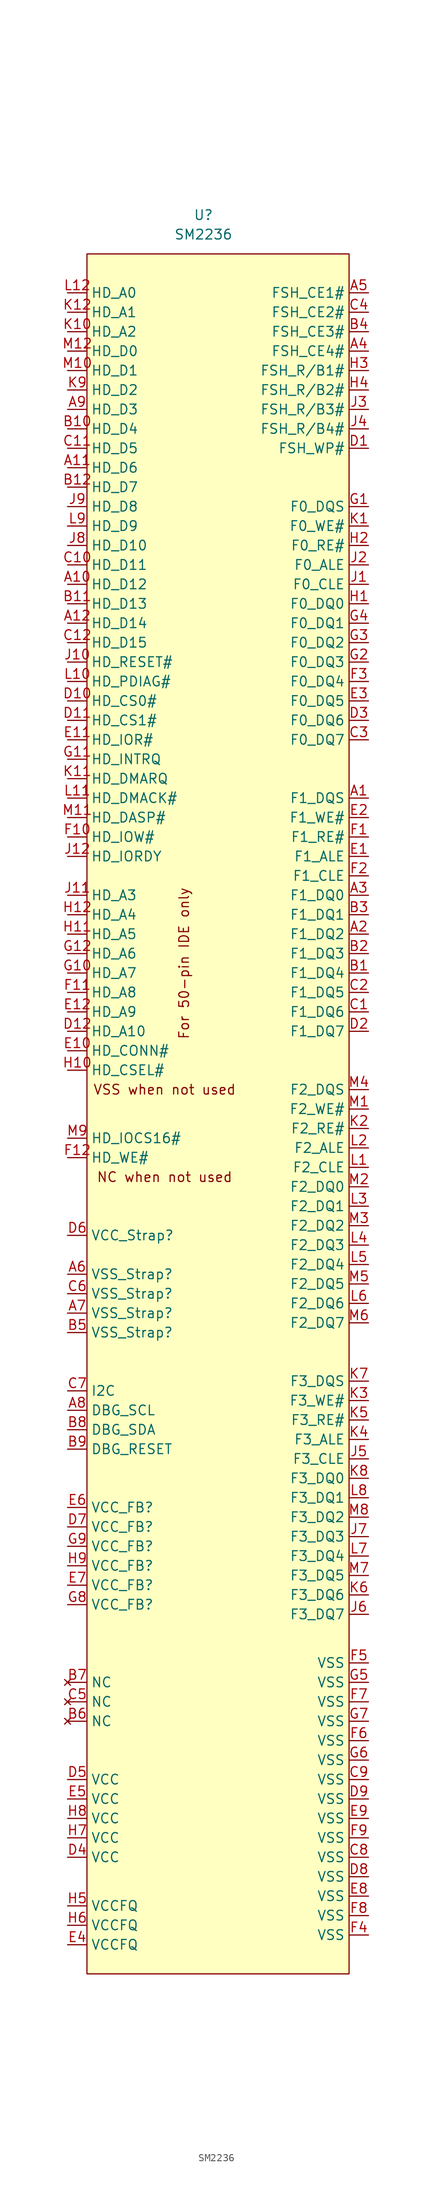
<source format=kicad_sym>
(kicad_symbol_lib
  (version 20211014)
  (generator kicad_symbol_editor)
  (symbol "SM2236"
    (property "Reference" "U"
      (at 0 0 0)
      (effects (font (size 1.27 1.27))))
    (property "Value" "SM2236"
      (at 0 -2.54 0)
      (effects (font (size 1.27 1.27))))
    (symbol "SM2236_1_0"
      (text "For 50-pin IDE only" (at -2.54 -97.79 900) (effects (font (size 1.27 1.27))))
      (text "NC when not used" (at -5.08 -125.73 0) (effects (font (size 1.27 1.27))))
      (text "VSS when not used" (at -5.08 -114.3 0) (effects (font (size 1.27 1.27))))
      (pin output line (at 21.59 -76.2 180) (length 2.54) (name "F1_DQS" (effects (font (size 1.27 1.27)))) (number "A1" (effects (font (size 1.27 1.27)))))
      (pin bidirectional line (at -17.78 -48.26 0) (length 2.54) (name "HD_D12" (effects (font (size 1.27 1.27)))) (number "A10" (effects (font (size 1.27 1.27)))))
      (pin bidirectional line (at -17.78 -33.02 0) (length 2.54) (name "HD_D6" (effects (font (size 1.27 1.27)))) (number "A11" (effects (font (size 1.27 1.27)))))
      (pin bidirectional line (at -17.78 -53.34 0) (length 2.54) (name "HD_D14" (effects (font (size 1.27 1.27)))) (number "A12" (effects (font (size 1.27 1.27)))))
      (pin bidirectional line (at 21.59 -93.98 180) (length 2.54) (name "F1_DQ2" (effects (font (size 1.27 1.27)))) (number "A2" (effects (font (size 1.27 1.27)))))
      (pin bidirectional line (at 21.59 -88.9 180) (length 2.54) (name "F1_DQ0" (effects (font (size 1.27 1.27)))) (number "A3" (effects (font (size 1.27 1.27)))))
      (pin output line (at 21.59 -17.78 180) (length 2.54) (name "FSH_CE4#" (effects (font (size 1.27 1.27)))) (number "A4" (effects (font (size 1.27 1.27)))))
      (pin output line (at 21.59 -10.16 180) (length 2.54) (name "FSH_CE1#" (effects (font (size 1.27 1.27)))) (number "A5" (effects (font (size 1.27 1.27)))))
      (pin input line (at -17.78 -138.43 0) (length 2.54) (name "VSS_Strap?" (effects (font (size 1.27 1.27)))) (number "A6" (effects (font (size 1.27 1.27)))))
      (pin input line (at -17.78 -143.51 0) (length 2.54) (name "VSS_Strap?" (effects (font (size 1.27 1.27)))) (number "A7" (effects (font (size 1.27 1.27)))))
      (pin output line (at -17.78 -156.21 0) (length 2.54) (name "DBG_SCL" (effects (font (size 1.27 1.27)))) (number "A8" (effects (font (size 1.27 1.27)))))
      (pin bidirectional line (at -17.78 -25.4 0) (length 2.54) (name "HD_D3" (effects (font (size 1.27 1.27)))) (number "A9" (effects (font (size 1.27 1.27)))))
      (pin bidirectional line (at 21.59 -99.06 180) (length 2.54) (name "F1_DQ4" (effects (font (size 1.27 1.27)))) (number "B1" (effects (font (size 1.27 1.27)))))
      (pin bidirectional line (at -17.78 -27.94 0) (length 2.54) (name "HD_D4" (effects (font (size 1.27 1.27)))) (number "B10" (effects (font (size 1.27 1.27)))))
      (pin bidirectional line (at -17.78 -50.8 0) (length 2.54) (name "HD_D13" (effects (font (size 1.27 1.27)))) (number "B11" (effects (font (size 1.27 1.27)))))
      (pin bidirectional line (at -17.78 -35.56 0) (length 2.54) (name "HD_D7" (effects (font (size 1.27 1.27)))) (number "B12" (effects (font (size 1.27 1.27)))))
      (pin bidirectional line (at 21.59 -96.52 180) (length 2.54) (name "F1_DQ3" (effects (font (size 1.27 1.27)))) (number "B2" (effects (font (size 1.27 1.27)))))
      (pin bidirectional line (at 21.59 -91.44 180) (length 2.54) (name "F1_DQ1" (effects (font (size 1.27 1.27)))) (number "B3" (effects (font (size 1.27 1.27)))))
      (pin output line (at 21.59 -15.24 180) (length 2.54) (name "FSH_CE3#" (effects (font (size 1.27 1.27)))) (number "B4" (effects (font (size 1.27 1.27)))))
      (pin input line (at -17.78 -146.05 0) (length 2.54) (name "VSS_Strap?" (effects (font (size 1.27 1.27)))) (number "B5" (effects (font (size 1.27 1.27)))))
      (pin no_connect line (at -17.78 -196.85 0) (length 2.54) (name "NC" (effects (font (size 1.27 1.27)))) (number "B6" (effects (font (size 1.27 1.27)))))
      (pin no_connect line (at -17.78 -191.77 0) (length 2.54) (name "NC" (effects (font (size 1.27 1.27)))) (number "B7" (effects (font (size 1.27 1.27)))))
      (pin bidirectional line (at -17.78 -158.75 0) (length 2.54) (name "DBG_SDA" (effects (font (size 1.27 1.27)))) (number "B8" (effects (font (size 1.27 1.27)))))
      (pin input line (at -17.78 -161.29 0) (length 2.54) (name "DBG_RESET" (effects (font (size 1.27 1.27)))) (number "B9" (effects (font (size 1.27 1.27)))))
      (pin bidirectional line (at 21.59 -104.14 180) (length 2.54) (name "F1_DQ6" (effects (font (size 1.27 1.27)))) (number "C1" (effects (font (size 1.27 1.27)))))
      (pin bidirectional line (at -17.78 -45.72 0) (length 2.54) (name "HD_D11" (effects (font (size 1.27 1.27)))) (number "C10" (effects (font (size 1.27 1.27)))))
      (pin bidirectional line (at -17.78 -30.48 0) (length 2.54) (name "HD_D5" (effects (font (size 1.27 1.27)))) (number "C11" (effects (font (size 1.27 1.27)))))
      (pin bidirectional line (at -17.78 -55.88 0) (length 2.54) (name "HD_D15" (effects (font (size 1.27 1.27)))) (number "C12" (effects (font (size 1.27 1.27)))))
      (pin bidirectional line (at 21.59 -101.6 180) (length 2.54) (name "F1_DQ5" (effects (font (size 1.27 1.27)))) (number "C2" (effects (font (size 1.27 1.27)))))
      (pin bidirectional line (at 21.59 -68.58 180) (length 2.54) (name "F0_DQ7" (effects (font (size 1.27 1.27)))) (number "C3" (effects (font (size 1.27 1.27)))))
      (pin output line (at 21.59 -12.7 180) (length 2.54) (name "FSH_CE2#" (effects (font (size 1.27 1.27)))) (number "C4" (effects (font (size 1.27 1.27)))))
      (pin no_connect line (at -17.78 -194.31 0) (length 2.54) (name "NC" (effects (font (size 1.27 1.27)))) (number "C5" (effects (font (size 1.27 1.27)))))
      (pin input line (at -17.78 -140.97 0) (length 2.54) (name "VSS_Strap?" (effects (font (size 1.27 1.27)))) (number "C6" (effects (font (size 1.27 1.27)))))
      (pin bidirectional line (at -17.78 -153.67 0) (length 2.54) (name "I2C" (effects (font (size 1.27 1.27)))) (number "C7" (effects (font (size 1.27 1.27)))))
      (pin power_out line (at 21.59 -214.63 180) (length 2.54) (name "VSS" (effects (font (size 1.27 1.27)))) (number "C8" (effects (font (size 1.27 1.27)))))
      (pin power_out line (at 21.59 -204.47 180) (length 2.54) (name "VSS" (effects (font (size 1.27 1.27)))) (number "C9" (effects (font (size 1.27 1.27)))))
      (pin output line (at 21.59 -30.48 180) (length 2.54) (name "FSH_WP#" (effects (font (size 1.27 1.27)))) (number "D1" (effects (font (size 1.27 1.27)))))
      (pin input line (at -17.78 -63.5 0) (length 2.54) (name "HD_CS0#" (effects (font (size 1.27 1.27)))) (number "D10" (effects (font (size 1.27 1.27)))))
      (pin input line (at -17.78 -66.04 0) (length 2.54) (name "HD_CS1#" (effects (font (size 1.27 1.27)))) (number "D11" (effects (font (size 1.27 1.27)))))
      (pin output line (at -17.78 -106.68 0) (length 2.54) (name "HD_A10" (effects (font (size 1.27 1.27)))) (number "D12" (effects (font (size 1.27 1.27)))))
      (pin bidirectional line (at 21.59 -106.68 180) (length 2.54) (name "F1_DQ7" (effects (font (size 1.27 1.27)))) (number "D2" (effects (font (size 1.27 1.27)))))
      (pin bidirectional line (at 21.59 -66.04 180) (length 2.54) (name "F0_DQ6" (effects (font (size 1.27 1.27)))) (number "D3" (effects (font (size 1.27 1.27)))))
      (pin power_in line (at -17.78 -214.63 0) (length 2.54) (name "VCC" (effects (font (size 1.27 1.27)))) (number "D4" (effects (font (size 1.27 1.27)))))
      (pin power_in line (at -17.78 -204.47 0) (length 2.54) (name "VCC" (effects (font (size 1.27 1.27)))) (number "D5" (effects (font (size 1.27 1.27)))))
      (pin input line (at -17.78 -133.35 0) (length 2.54) (name "VCC_Strap?" (effects (font (size 1.27 1.27)))) (number "D6" (effects (font (size 1.27 1.27)))))
      (pin passive line (at -17.78 -171.45 0) (length 2.54) (name "VCC_FB?" (effects (font (size 1.27 1.27)))) (number "D7" (effects (font (size 1.27 1.27)))))
      (pin power_out line (at 21.59 -217.17 180) (length 2.54) (name "VSS" (effects (font (size 1.27 1.27)))) (number "D8" (effects (font (size 1.27 1.27)))))
      (pin power_out line (at 21.59 -207.01 180) (length 2.54) (name "VSS" (effects (font (size 1.27 1.27)))) (number "D9" (effects (font (size 1.27 1.27)))))
      (pin output line (at 21.59 -83.82 180) (length 2.54) (name "F1_ALE" (effects (font (size 1.27 1.27)))) (number "E1" (effects (font (size 1.27 1.27)))))
      (pin output line (at -17.78 -109.22 0) (length 2.54) (name "HD_CONN#" (effects (font (size 1.27 1.27)))) (number "E10" (effects (font (size 1.27 1.27)))))
      (pin output line (at -17.78 -68.58 0) (length 2.54) (name "HD_IOR#" (effects (font (size 1.27 1.27)))) (number "E11" (effects (font (size 1.27 1.27)))))
      (pin output line (at -17.78 -104.14 0) (length 2.54) (name "HD_A9" (effects (font (size 1.27 1.27)))) (number "E12" (effects (font (size 1.27 1.27)))))
      (pin output line (at 21.59 -78.74 180) (length 2.54) (name "F1_WE#" (effects (font (size 1.27 1.27)))) (number "E2" (effects (font (size 1.27 1.27)))))
      (pin bidirectional line (at 21.59 -63.5 180) (length 2.54) (name "F0_DQ5" (effects (font (size 1.27 1.27)))) (number "E3" (effects (font (size 1.27 1.27)))))
      (pin power_in line (at -17.78 -226.06 0) (length 2.54) (name "VCCFQ" (effects (font (size 1.27 1.27)))) (number "E4" (effects (font (size 1.27 1.27)))))
      (pin power_in line (at -17.78 -207.01 0) (length 2.54) (name "VCC" (effects (font (size 1.27 1.27)))) (number "E5" (effects (font (size 1.27 1.27)))))
      (pin passive line (at -17.78 -168.91 0) (length 2.54) (name "VCC_FB?" (effects (font (size 1.27 1.27)))) (number "E6" (effects (font (size 1.27 1.27)))))
      (pin passive line (at -17.78 -179.07 0) (length 2.54) (name "VCC_FB?" (effects (font (size 1.27 1.27)))) (number "E7" (effects (font (size 1.27 1.27)))))
      (pin power_out line (at 21.59 -219.71 180) (length 2.54) (name "VSS" (effects (font (size 1.27 1.27)))) (number "E8" (effects (font (size 1.27 1.27)))))
      (pin power_out line (at 21.59 -209.55 180) (length 2.54) (name "VSS" (effects (font (size 1.27 1.27)))) (number "E9" (effects (font (size 1.27 1.27)))))
      (pin output line (at 21.59 -81.28 180) (length 2.54) (name "F1_RE#" (effects (font (size 1.27 1.27)))) (number "F1" (effects (font (size 1.27 1.27)))))
      (pin output line (at -17.78 -81.28 0) (length 2.54) (name "HD_IOW#" (effects (font (size 1.27 1.27)))) (number "F10" (effects (font (size 1.27 1.27)))))
      (pin output line (at -17.78 -101.6 0) (length 2.54) (name "HD_A8" (effects (font (size 1.27 1.27)))) (number "F11" (effects (font (size 1.27 1.27)))))
      (pin output line (at -17.78 -123.19 0) (length 2.54) (name "HD_WE#" (effects (font (size 1.27 1.27)))) (number "F12" (effects (font (size 1.27 1.27)))))
      (pin output line (at 21.59 -86.36 180) (length 2.54) (name "F1_CLE" (effects (font (size 1.27 1.27)))) (number "F2" (effects (font (size 1.27 1.27)))))
      (pin bidirectional line (at 21.59 -60.96 180) (length 2.54) (name "F0_DQ4" (effects (font (size 1.27 1.27)))) (number "F3" (effects (font (size 1.27 1.27)))))
      (pin power_out line (at 21.59 -224.79 180) (length 2.54) (name "VSS" (effects (font (size 1.27 1.27)))) (number "F4" (effects (font (size 1.27 1.27)))))
      (pin power_out line (at 21.59 -189.23 180) (length 2.54) (name "VSS" (effects (font (size 1.27 1.27)))) (number "F5" (effects (font (size 1.27 1.27)))))
      (pin power_out line (at 21.59 -199.39 180) (length 2.54) (name "VSS" (effects (font (size 1.27 1.27)))) (number "F6" (effects (font (size 1.27 1.27)))))
      (pin power_out line (at 21.59 -194.31 180) (length 2.54) (name "VSS" (effects (font (size 1.27 1.27)))) (number "F7" (effects (font (size 1.27 1.27)))))
      (pin power_out line (at 21.59 -222.25 180) (length 2.54) (name "VSS" (effects (font (size 1.27 1.27)))) (number "F8" (effects (font (size 1.27 1.27)))))
      (pin power_out line (at 21.59 -212.09 180) (length 2.54) (name "VSS" (effects (font (size 1.27 1.27)))) (number "F9" (effects (font (size 1.27 1.27)))))
      (pin output line (at 21.59 -38.1 180) (length 2.54) (name "F0_DQS" (effects (font (size 1.27 1.27)))) (number "G1" (effects (font (size 1.27 1.27)))))
      (pin output line (at -17.78 -99.06 0) (length 2.54) (name "HD_A7" (effects (font (size 1.27 1.27)))) (number "G10" (effects (font (size 1.27 1.27)))))
      (pin input line (at -17.78 -71.12 0) (length 2.54) (name "HD_INTRQ" (effects (font (size 1.27 1.27)))) (number "G11" (effects (font (size 1.27 1.27)))))
      (pin output line (at -17.78 -96.52 0) (length 2.54) (name "HD_A6" (effects (font (size 1.27 1.27)))) (number "G12" (effects (font (size 1.27 1.27)))))
      (pin bidirectional line (at 21.59 -58.42 180) (length 2.54) (name "F0_DQ3" (effects (font (size 1.27 1.27)))) (number "G2" (effects (font (size 1.27 1.27)))))
      (pin bidirectional line (at 21.59 -55.88 180) (length 2.54) (name "F0_DQ2" (effects (font (size 1.27 1.27)))) (number "G3" (effects (font (size 1.27 1.27)))))
      (pin bidirectional line (at 21.59 -53.34 180) (length 2.54) (name "F0_DQ1" (effects (font (size 1.27 1.27)))) (number "G4" (effects (font (size 1.27 1.27)))))
      (pin power_out line (at 21.59 -191.77 180) (length 2.54) (name "VSS" (effects (font (size 1.27 1.27)))) (number "G5" (effects (font (size 1.27 1.27)))))
      (pin power_out line (at 21.59 -201.93 180) (length 2.54) (name "VSS" (effects (font (size 1.27 1.27)))) (number "G6" (effects (font (size 1.27 1.27)))))
      (pin power_out line (at 21.59 -196.85 180) (length 2.54) (name "VSS" (effects (font (size 1.27 1.27)))) (number "G7" (effects (font (size 1.27 1.27)))))
      (pin passive line (at -17.78 -181.61 0) (length 2.54) (name "VCC_FB?" (effects (font (size 1.27 1.27)))) (number "G8" (effects (font (size 1.27 1.27)))))
      (pin passive line (at -17.78 -173.99 0) (length 2.54) (name "VCC_FB?" (effects (font (size 1.27 1.27)))) (number "G9" (effects (font (size 1.27 1.27)))))
      (pin bidirectional line (at 21.59 -50.8 180) (length 2.54) (name "F0_DQ0" (effects (font (size 1.27 1.27)))) (number "H1" (effects (font (size 1.27 1.27)))))
      (pin output line (at -17.78 -111.76 0) (length 2.54) (name "HD_CSEL#" (effects (font (size 1.27 1.27)))) (number "H10" (effects (font (size 1.27 1.27)))))
      (pin output line (at -17.78 -93.98 0) (length 2.54) (name "HD_A5" (effects (font (size 1.27 1.27)))) (number "H11" (effects (font (size 1.27 1.27)))))
      (pin output line (at -17.78 -91.44 0) (length 2.54) (name "HD_A4" (effects (font (size 1.27 1.27)))) (number "H12" (effects (font (size 1.27 1.27)))))
      (pin output line (at 21.59 -43.18 180) (length 2.54) (name "F0_RE#" (effects (font (size 1.27 1.27)))) (number "H2" (effects (font (size 1.27 1.27)))))
      (pin input line (at 21.59 -20.32 180) (length 2.54) (name "FSH_R/B1#" (effects (font (size 1.27 1.27)))) (number "H3" (effects (font (size 1.27 1.27)))))
      (pin input line (at 21.59 -22.86 180) (length 2.54) (name "FSH_R/B2#" (effects (font (size 1.27 1.27)))) (number "H4" (effects (font (size 1.27 1.27)))))
      (pin power_in line (at -17.78 -220.98 0) (length 2.54) (name "VCCFQ" (effects (font (size 1.27 1.27)))) (number "H5" (effects (font (size 1.27 1.27)))))
      (pin power_in line (at -17.78 -223.52 0) (length 2.54) (name "VCCFQ" (effects (font (size 1.27 1.27)))) (number "H6" (effects (font (size 1.27 1.27)))))
      (pin power_in line (at -17.78 -212.09 0) (length 2.54) (name "VCC" (effects (font (size 1.27 1.27)))) (number "H7" (effects (font (size 1.27 1.27)))))
      (pin power_in line (at -17.78 -209.55 0) (length 2.54) (name "VCC" (effects (font (size 1.27 1.27)))) (number "H8" (effects (font (size 1.27 1.27)))))
      (pin passive line (at -17.78 -176.53 0) (length 2.54) (name "VCC_FB?" (effects (font (size 1.27 1.27)))) (number "H9" (effects (font (size 1.27 1.27)))))
      (pin output line (at 21.59 -48.26 180) (length 2.54) (name "F0_CLE" (effects (font (size 1.27 1.27)))) (number "J1" (effects (font (size 1.27 1.27)))))
      (pin output line (at -17.78 -58.42 0) (length 2.54) (name "HD_RESET#" (effects (font (size 1.27 1.27)))) (number "J10" (effects (font (size 1.27 1.27)))))
      (pin output line (at -17.78 -88.9 0) (length 2.54) (name "HD_A3" (effects (font (size 1.27 1.27)))) (number "J11" (effects (font (size 1.27 1.27)))))
      (pin output line (at -17.78 -83.82 0) (length 2.54) (name "HD_IORDY" (effects (font (size 1.27 1.27)))) (number "J12" (effects (font (size 1.27 1.27)))))
      (pin output line (at 21.59 -45.72 180) (length 2.54) (name "F0_ALE" (effects (font (size 1.27 1.27)))) (number "J2" (effects (font (size 1.27 1.27)))))
      (pin input line (at 21.59 -25.4 180) (length 2.54) (name "FSH_R/B3#" (effects (font (size 1.27 1.27)))) (number "J3" (effects (font (size 1.27 1.27)))))
      (pin input line (at 21.59 -27.94 180) (length 2.54) (name "FSH_R/B4#" (effects (font (size 1.27 1.27)))) (number "J4" (effects (font (size 1.27 1.27)))))
      (pin output line (at 21.59 -162.56 180) (length 2.54) (name "F3_CLE" (effects (font (size 1.27 1.27)))) (number "J5" (effects (font (size 1.27 1.27)))))
      (pin bidirectional line (at 21.59 -182.88 180) (length 2.54) (name "F3_DQ7" (effects (font (size 1.27 1.27)))) (number "J6" (effects (font (size 1.27 1.27)))))
      (pin bidirectional line (at 21.59 -172.72 180) (length 2.54) (name "F3_DQ3" (effects (font (size 1.27 1.27)))) (number "J7" (effects (font (size 1.27 1.27)))))
      (pin bidirectional line (at -17.78 -43.18 0) (length 2.54) (name "HD_D10" (effects (font (size 1.27 1.27)))) (number "J8" (effects (font (size 1.27 1.27)))))
      (pin bidirectional line (at -17.78 -38.1 0) (length 2.54) (name "HD_D8" (effects (font (size 1.27 1.27)))) (number "J9" (effects (font (size 1.27 1.27)))))
      (pin output line (at 21.59 -40.64 180) (length 2.54) (name "F0_WE#" (effects (font (size 1.27 1.27)))) (number "K1" (effects (font (size 1.27 1.27)))))
      (pin output line (at -17.78 -15.24 0) (length 2.54) (name "HD_A2" (effects (font (size 1.27 1.27)))) (number "K10" (effects (font (size 1.27 1.27)))))
      (pin output line (at -17.78 -73.66 0) (length 2.54) (name "HD_DMARQ" (effects (font (size 1.27 1.27)))) (number "K11" (effects (font (size 1.27 1.27)))))
      (pin output line (at -17.78 -12.7 0) (length 2.54) (name "HD_A1" (effects (font (size 1.27 1.27)))) (number "K12" (effects (font (size 1.27 1.27)))))
      (pin output line (at 21.59 -119.38 180) (length 2.54) (name "F2_RE#" (effects (font (size 1.27 1.27)))) (number "K2" (effects (font (size 1.27 1.27)))))
      (pin output line (at 21.59 -154.94 180) (length 2.54) (name "F3_WE#" (effects (font (size 1.27 1.27)))) (number "K3" (effects (font (size 1.27 1.27)))))
      (pin output line (at 21.59 -160.02 180) (length 2.54) (name "F3_ALE" (effects (font (size 1.27 1.27)))) (number "K4" (effects (font (size 1.27 1.27)))))
      (pin output line (at 21.59 -157.48 180) (length 2.54) (name "F3_RE#" (effects (font (size 1.27 1.27)))) (number "K5" (effects (font (size 1.27 1.27)))))
      (pin bidirectional line (at 21.59 -180.34 180) (length 2.54) (name "F3_DQ6" (effects (font (size 1.27 1.27)))) (number "K6" (effects (font (size 1.27 1.27)))))
      (pin output line (at 21.59 -152.4 180) (length 2.54) (name "F3_DQS" (effects (font (size 1.27 1.27)))) (number "K7" (effects (font (size 1.27 1.27)))))
      (pin bidirectional line (at 21.59 -165.1 180) (length 2.54) (name "F3_DQ0" (effects (font (size 1.27 1.27)))) (number "K8" (effects (font (size 1.27 1.27)))))
      (pin bidirectional line (at -17.78 -22.86 0) (length 2.54) (name "HD_D2" (effects (font (size 1.27 1.27)))) (number "K9" (effects (font (size 1.27 1.27)))))
      (pin output line (at 21.59 -124.46 180) (length 2.54) (name "F2_CLE" (effects (font (size 1.27 1.27)))) (number "L1" (effects (font (size 1.27 1.27)))))
      (pin input line (at -17.78 -60.96 0) (length 2.54) (name "HD_PDIAG#" (effects (font (size 1.27 1.27)))) (number "L10" (effects (font (size 1.27 1.27)))))
      (pin output line (at -17.78 -76.2 0) (length 2.54) (name "HD_DMACK#" (effects (font (size 1.27 1.27)))) (number "L11" (effects (font (size 1.27 1.27)))))
      (pin output line (at -17.78 -10.16 0) (length 2.54) (name "HD_A0" (effects (font (size 1.27 1.27)))) (number "L12" (effects (font (size 1.27 1.27)))))
      (pin output line (at 21.59 -121.92 180) (length 2.54) (name "F2_ALE" (effects (font (size 1.27 1.27)))) (number "L2" (effects (font (size 1.27 1.27)))))
      (pin bidirectional line (at 21.59 -129.54 180) (length 2.54) (name "F2_DQ1" (effects (font (size 1.27 1.27)))) (number "L3" (effects (font (size 1.27 1.27)))))
      (pin bidirectional line (at 21.59 -134.62 180) (length 2.54) (name "F2_DQ3" (effects (font (size 1.27 1.27)))) (number "L4" (effects (font (size 1.27 1.27)))))
      (pin bidirectional line (at 21.59 -137.16 180) (length 2.54) (name "F2_DQ4" (effects (font (size 1.27 1.27)))) (number "L5" (effects (font (size 1.27 1.27)))))
      (pin bidirectional line (at 21.59 -142.24 180) (length 2.54) (name "F2_DQ6" (effects (font (size 1.27 1.27)))) (number "L6" (effects (font (size 1.27 1.27)))))
      (pin bidirectional line (at 21.59 -175.26 180) (length 2.54) (name "F3_DQ4" (effects (font (size 1.27 1.27)))) (number "L7" (effects (font (size 1.27 1.27)))))
      (pin bidirectional line (at 21.59 -167.64 180) (length 2.54) (name "F3_DQ1" (effects (font (size 1.27 1.27)))) (number "L8" (effects (font (size 1.27 1.27)))))
      (pin bidirectional line (at -17.78 -40.64 0) (length 2.54) (name "HD_D9" (effects (font (size 1.27 1.27)))) (number "L9" (effects (font (size 1.27 1.27)))))
      (pin output line (at 21.59 -116.84 180) (length 2.54) (name "F2_WE#" (effects (font (size 1.27 1.27)))) (number "M1" (effects (font (size 1.27 1.27)))))
      (pin bidirectional line (at -17.78 -20.32 0) (length 2.54) (name "HD_D1" (effects (font (size 1.27 1.27)))) (number "M10" (effects (font (size 1.27 1.27)))))
      (pin output line (at -17.78 -78.74 0) (length 2.54) (name "HD_DASP#" (effects (font (size 1.27 1.27)))) (number "M11" (effects (font (size 1.27 1.27)))))
      (pin bidirectional line (at -17.78 -17.78 0) (length 2.54) (name "HD_D0" (effects (font (size 1.27 1.27)))) (number "M12" (effects (font (size 1.27 1.27)))))
      (pin bidirectional line (at 21.59 -127 180) (length 2.54) (name "F2_DQ0" (effects (font (size 1.27 1.27)))) (number "M2" (effects (font (size 1.27 1.27)))))
      (pin bidirectional line (at 21.59 -132.08 180) (length 2.54) (name "F2_DQ2" (effects (font (size 1.27 1.27)))) (number "M3" (effects (font (size 1.27 1.27)))))
      (pin output line (at 21.59 -114.3 180) (length 2.54) (name "F2_DQS" (effects (font (size 1.27 1.27)))) (number "M4" (effects (font (size 1.27 1.27)))))
      (pin bidirectional line (at 21.59 -139.7 180) (length 2.54) (name "F2_DQ5" (effects (font (size 1.27 1.27)))) (number "M5" (effects (font (size 1.27 1.27)))))
      (pin bidirectional line (at 21.59 -144.78 180) (length 2.54) (name "F2_DQ7" (effects (font (size 1.27 1.27)))) (number "M6" (effects (font (size 1.27 1.27)))))
      (pin bidirectional line (at 21.59 -177.8 180) (length 2.54) (name "F3_DQ5" (effects (font (size 1.27 1.27)))) (number "M7" (effects (font (size 1.27 1.27)))))
      (pin bidirectional line (at 21.59 -170.18 180) (length 2.54) (name "F3_DQ2" (effects (font (size 1.27 1.27)))) (number "M8" (effects (font (size 1.27 1.27)))))
      (pin output line (at -17.78 -120.65 0) (length 2.54) (name "HD_IOCS16#" (effects (font (size 1.27 1.27)))) (number "M9" (effects (font (size 1.27 1.27))))))
    (symbol "SM2236_1_1"
      (rectangle (start -15.24 -5.08) (end 19.05 -229.87) (stroke (width 0) (type default) (color 0 0 0 0)) (fill (type background))))))
</source>
